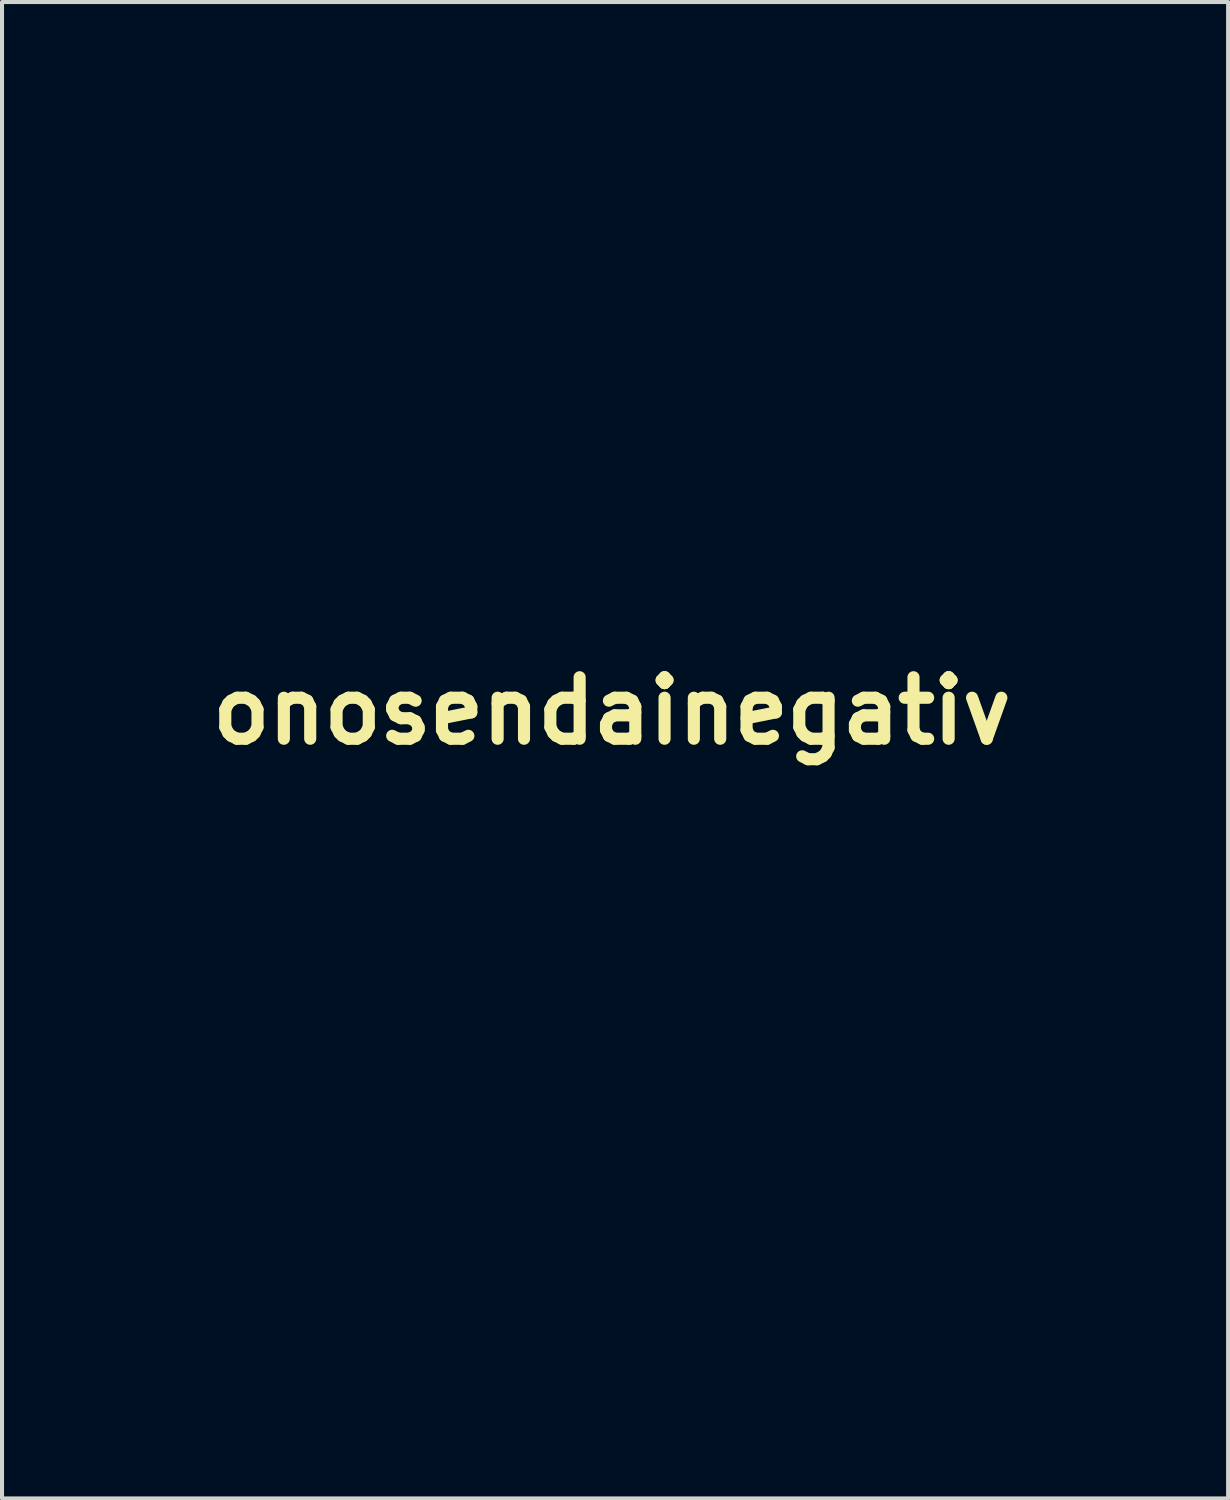
<source format=kicad_pcb>
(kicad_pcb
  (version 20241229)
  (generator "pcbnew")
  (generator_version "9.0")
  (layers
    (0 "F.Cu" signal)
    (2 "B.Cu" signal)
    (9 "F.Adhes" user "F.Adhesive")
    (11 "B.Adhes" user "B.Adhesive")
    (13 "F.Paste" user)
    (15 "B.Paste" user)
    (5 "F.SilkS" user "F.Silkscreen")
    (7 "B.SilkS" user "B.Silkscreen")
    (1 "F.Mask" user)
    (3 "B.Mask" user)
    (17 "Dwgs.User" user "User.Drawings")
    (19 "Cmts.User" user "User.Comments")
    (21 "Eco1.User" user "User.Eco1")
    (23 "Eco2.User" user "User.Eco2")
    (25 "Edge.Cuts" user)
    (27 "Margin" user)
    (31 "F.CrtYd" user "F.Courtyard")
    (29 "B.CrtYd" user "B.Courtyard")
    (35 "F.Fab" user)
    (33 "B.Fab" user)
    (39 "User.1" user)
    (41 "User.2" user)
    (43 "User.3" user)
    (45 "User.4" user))
  (footprint "onosendainegativ"
    (layer "F.Cu")
    (at 12.112 14.567)
    (property "Reference" "onosendainegativ" (at 0 0 0) (layer "F.SilkS") (effects (font (size 1.524 1.524) (thickness 0.3))))
    (attr through_hole)
    (fp_poly (pts (xy -2.556 15.336) (xy -2.411 15.376) (xy -2.371 15.452) (xy -2.412 15.528) (xy -2.559 15.568) (xy -2.836 15.579) (xy -3.117 15.567) (xy -3.262 15.527) (xy -3.302 15.452) (xy -3.26 15.375) (xy -3.113 15.336) (xy -2.836 15.325) (xy -2.556 15.336)) (stroke (width 0.01) (type solid)) (fill no) (layer "Eco2.User"))
    (fp_poly (pts (xy 11.829 13.469) (xy 11.873 13.506) (xy 11.903 13.596) (xy 11.922 13.761) (xy 11.933 14.026) (xy 11.937 14.412) (xy 11.938 14.942) (xy 11.938 14.986) (xy 11.937 15.528) (xy 11.933 15.923) (xy 11.923 16.195) (xy 11.905 16.367) (xy 11.875 16.461) (xy 11.832 16.501) (xy 11.774 16.51) (xy 11.769 16.51) (xy 11.708 16.503) (xy 11.665 16.466) (xy 11.634 16.376) (xy 11.615 16.211) (xy 11.605 15.946) (xy 11.6 15.56) (xy 11.599 15.03) (xy 11.599 14.986) (xy 11.6 14.444) (xy 11.604 14.049) (xy 11.614 13.777) (xy 11.633 13.605) (xy 11.662 13.511) (xy 11.705 13.471) (xy 11.764 13.462) (xy 11.769 13.462) (xy 11.829 13.469)) (stroke (width 0.01) (type solid)) (fill no) (layer "Eco2.User"))
    (fp_poly (pts (xy 1.74 13.465) (xy 2.025 13.478) (xy 2.193 13.503) (xy 2.271 13.544) (xy 2.286 13.589) (xy 2.257 13.65) (xy 2.152 13.688) (xy 1.942 13.708) (xy 1.598 13.716) (xy 1.482 13.716) (xy 0.677 13.716) (xy 0.677 14.817) (xy 1.439 14.817) (xy 1.811 14.822) (xy 2.043 14.84) (xy 2.163 14.876) (xy 2.201 14.934) (xy 2.201 14.944) (xy 2.172 15.006) (xy 2.063 15.044) (xy 1.847 15.064) (xy 1.495 15.071) (xy 1.439 15.071) (xy 0.677 15.071) (xy 0.677 16.256) (xy 1.482 16.256) (xy 1.865 16.261) (xy 2.108 16.277) (xy 2.238 16.31) (xy 2.284 16.365) (xy 2.286 16.383) (xy 2.26 16.439) (xy 2.164 16.476) (xy 1.973 16.498) (xy 1.659 16.508) (xy 1.312 16.51) (xy 0.339 16.51) (xy 0.339 13.462) (xy 1.312 13.462) (xy 1.74 13.465)) (stroke (width 0.01) (type solid)) (fill no) (layer "Eco2.User"))
    (fp_poly (pts (xy 6.668 13.462) (xy 7.219 13.475) (xy 7.628 13.515) (xy 7.917 13.591) (xy 8.112 13.71) (xy 8.238 13.879) (xy 8.262 13.931) (xy 8.327 14.19) (xy 8.366 14.561) (xy 8.38 14.987) (xy 8.366 15.414) (xy 8.326 15.785) (xy 8.291 15.945) (xy 8.199 16.163) (xy 8.047 16.319) (xy 7.81 16.423) (xy 7.465 16.483) (xy 6.986 16.508) (xy 6.734 16.51) (xy 5.842 16.51) (xy 5.842 13.716) (xy 6.181 13.716) (xy 6.181 16.256) (xy 6.904 16.256) (xy 7.265 16.251) (xy 7.501 16.231) (xy 7.657 16.185) (xy 7.777 16.104) (xy 7.836 16.048) (xy 7.929 15.943) (xy 7.989 15.828) (xy 8.023 15.665) (xy 8.039 15.415) (xy 8.043 15.042) (xy 8.043 14.948) (xy 8.036 14.468) (xy 8 14.133) (xy 7.912 13.915) (xy 7.75 13.791) (xy 7.489 13.733) (xy 7.109 13.717) (xy 6.943 13.716) (xy 6.181 13.716) (xy 5.842 13.716) (xy 5.842 13.462) (xy 6.668 13.462)) (stroke (width 0.01) (type solid)) (fill no) (layer "Eco2.User"))
    (fp_poly (pts (xy 3.02 13.478) (xy 3.133 13.492) (xy 3.23 13.527) (xy 3.329 13.602) (xy 3.445 13.738) (xy 3.595 13.954) (xy 3.795 14.27) (xy 4.063 14.706) (xy 4.142 14.836) (xy 4.953 16.168) (xy 4.976 14.815) (xy 4.986 14.308) (xy 4.998 13.947) (xy 5.014 13.706) (xy 5.04 13.562) (xy 5.077 13.489) (xy 5.13 13.464) (xy 5.167 13.462) (xy 5.226 13.47) (xy 5.27 13.508) (xy 5.3 13.6) (xy 5.318 13.768) (xy 5.329 14.036) (xy 5.333 14.426) (xy 5.334 14.962) (xy 5.334 16.51) (xy 5.056 16.51) (xy 4.956 16.504) (xy 4.866 16.473) (xy 4.771 16.399) (xy 4.655 16.261) (xy 4.502 16.042) (xy 4.297 15.721) (xy 4.024 15.28) (xy 3.934 15.134) (xy 3.09 13.758) (xy 3.067 15.134) (xy 3.057 15.646) (xy 3.046 16.012) (xy 3.03 16.257) (xy 3.005 16.405) (xy 2.969 16.48) (xy 2.917 16.507) (xy 2.877 16.51) (xy 2.817 16.502) (xy 2.774 16.464) (xy 2.744 16.373) (xy 2.725 16.205) (xy 2.715 15.937) (xy 2.71 15.548) (xy 2.709 15.013) (xy 2.709 14.981) (xy 2.709 13.452) (xy 3.02 13.478)) (stroke (width 0.01) (type solid)) (fill no) (layer "Eco2.User"))
    (fp_poly (pts (xy -8.748 13.478) (xy -8.636 13.492) (xy -8.538 13.527) (xy -8.44 13.602) (xy -8.324 13.738) (xy -8.174 13.954) (xy -7.973 14.27) (xy -7.706 14.706) (xy -7.626 14.836) (xy -6.816 16.168) (xy -6.792 14.815) (xy -6.783 14.308) (xy -6.771 13.947) (xy -6.754 13.706) (xy -6.729 13.562) (xy -6.692 13.489) (xy -6.639 13.464) (xy -6.602 13.462) (xy -6.542 13.47) (xy -6.499 13.508) (xy -6.469 13.6) (xy -6.45 13.768) (xy -6.44 14.036) (xy -6.436 14.426) (xy -6.435 14.962) (xy -6.435 14.986) (xy -6.435 16.51) (xy -6.712 16.51) (xy -6.813 16.504) (xy -6.902 16.473) (xy -6.998 16.399) (xy -7.114 16.261) (xy -7.267 16.042) (xy -7.472 15.721) (xy -7.745 15.28) (xy -7.834 15.134) (xy -8.678 13.758) (xy -8.702 15.134) (xy -8.711 15.646) (xy -8.723 16.012) (xy -8.739 16.257) (xy -8.764 16.405) (xy -8.8 16.48) (xy -8.851 16.507) (xy -8.892 16.51) (xy -8.951 16.502) (xy -8.995 16.464) (xy -9.025 16.373) (xy -9.044 16.205) (xy -9.054 15.937) (xy -9.058 15.548) (xy -9.059 15.013) (xy -9.059 14.981) (xy -9.059 13.452) (xy -8.748 13.478)) (stroke (width 0.01) (type solid)) (fill no) (layer "Eco2.User"))
    (fp_poly (pts (xy 9.94 13.479) (xy 10.03 13.495) (xy 10.107 13.538) (xy 10.183 13.628) (xy 10.27 13.789) (xy 10.38 14.041) (xy 10.524 14.408) (xy 10.715 14.911) (xy 10.723 14.933) (xy 10.895 15.395) (xy 11.045 15.804) (xy 11.162 16.131) (xy 11.237 16.351) (xy 11.261 16.436) (xy 11.19 16.497) (xy 11.095 16.51) (xy 10.962 16.453) (xy 10.858 16.265) (xy 10.827 16.171) (xy 10.726 15.833) (xy 9.151 15.833) (xy 9.049 16.171) (xy 8.958 16.4) (xy 8.846 16.498) (xy 8.762 16.51) (xy 8.701 16.503) (xy 8.667 16.467) (xy 8.665 16.381) (xy 8.7 16.225) (xy 8.778 15.978) (xy 8.904 15.619) (xy 8.944 15.51) (xy 9.313 15.51) (xy 9.391 15.543) (xy 9.597 15.567) (xy 9.889 15.578) (xy 9.948 15.579) (xy 10.252 15.574) (xy 10.476 15.563) (xy 10.581 15.546) (xy 10.583 15.543) (xy 10.556 15.453) (xy 10.484 15.239) (xy 10.377 14.933) (xy 10.274 14.645) (xy 10.117 14.234) (xy 9.999 13.981) (xy 9.921 13.889) (xy 9.898 13.902) (xy 9.837 14.038) (xy 9.742 14.279) (xy 9.629 14.58) (xy 9.513 14.898) (xy 9.411 15.188) (xy 9.339 15.408) (xy 9.313 15.51) (xy 8.944 15.51) (xy 9.082 15.128) (xy 9.135 14.982) (xy 9.329 14.455) (xy 9.475 14.065) (xy 9.586 13.794) (xy 9.671 13.62) (xy 9.742 13.522) (xy 9.811 13.481) (xy 9.887 13.475) (xy 9.94 13.479)) (stroke (width 0.01) (type solid)) (fill no) (layer "Eco2.User"))
    (fp_poly (pts (xy -10.356 13.495) (xy -10 13.559) (xy -9.735 13.656) (xy -9.652 13.716) (xy -9.535 13.926) (xy -9.453 14.267) (xy -9.41 14.705) (xy -9.41 15.204) (xy -9.424 15.417) (xy -9.477 15.845) (xy -9.557 16.132) (xy -9.677 16.306) (xy -9.798 16.38) (xy -10.009 16.427) (xy -10.329 16.459) (xy -10.698 16.473) (xy -11.057 16.47) (xy -11.344 16.445) (xy -11.426 16.429) (xy -11.649 16.348) (xy -11.8 16.218) (xy -11.897 16.004) (xy -11.959 15.673) (xy -11.985 15.436) (xy -12.01 14.986) (xy -11.642 14.986) (xy -11.639 15.426) (xy -11.628 15.727) (xy -11.605 15.922) (xy -11.565 16.041) (xy -11.503 16.116) (xy -11.477 16.136) (xy -11.285 16.208) (xy -10.985 16.248) (xy -10.638 16.257) (xy -10.303 16.235) (xy -10.04 16.182) (xy -9.943 16.136) (xy -9.871 16.063) (xy -9.821 15.95) (xy -9.788 15.762) (xy -9.766 15.47) (xy -9.751 15.042) (xy -9.741 14.618) (xy -9.743 14.328) (xy -9.763 14.138) (xy -9.804 14.015) (xy -9.87 13.922) (xy -9.899 13.892) (xy -10.024 13.797) (xy -10.191 13.743) (xy -10.447 13.72) (xy -10.694 13.716) (xy -11.058 13.722) (xy -11.314 13.756) (xy -11.482 13.843) (xy -11.579 14.01) (xy -11.626 14.28) (xy -11.641 14.679) (xy -11.642 14.986) (xy -12.01 14.986) (xy -12.02 14.812) (xy -11.989 14.331) (xy -11.886 13.975) (xy -11.702 13.728) (xy -11.43 13.572) (xy -11.135 13.5) (xy -10.751 13.473) (xy -10.356 13.495)) (stroke (width 0.01) (type solid)) (fill no) (layer "Eco2.User"))
    (fp_poly (pts (xy -4.345 13.495) (xy -3.989 13.559) (xy -3.724 13.656) (xy -3.641 13.716) (xy -3.524 13.926) (xy -3.442 14.267) (xy -3.398 14.705) (xy -3.399 15.204) (xy -3.412 15.417) (xy -3.465 15.845) (xy -3.546 16.132) (xy -3.665 16.306) (xy -3.786 16.38) (xy -3.998 16.427) (xy -4.318 16.459) (xy -4.687 16.473) (xy -5.045 16.47) (xy -5.333 16.445) (xy -5.415 16.429) (xy -5.638 16.348) (xy -5.788 16.218) (xy -5.885 16.004) (xy -5.948 15.673) (xy -5.973 15.436) (xy -5.999 14.986) (xy -5.63 14.986) (xy -5.628 15.426) (xy -5.617 15.727) (xy -5.594 15.922) (xy -5.553 16.041) (xy -5.492 16.116) (xy -5.466 16.136) (xy -5.273 16.208) (xy -4.974 16.248) (xy -4.627 16.257) (xy -4.292 16.235) (xy -4.029 16.182) (xy -3.932 16.136) (xy -3.859 16.063) (xy -3.809 15.95) (xy -3.777 15.762) (xy -3.755 15.47) (xy -3.739 15.042) (xy -3.73 14.618) (xy -3.732 14.328) (xy -3.752 14.138) (xy -3.792 14.015) (xy -3.859 13.922) (xy -3.888 13.892) (xy -4.012 13.797) (xy -4.179 13.743) (xy -4.436 13.72) (xy -4.683 13.716) (xy -5.047 13.722) (xy -5.303 13.756) (xy -5.47 13.843) (xy -5.568 14.01) (xy -5.615 14.28) (xy -5.629 14.679) (xy -5.63 14.986) (xy -5.999 14.986) (xy -6.008 14.812) (xy -5.978 14.331) (xy -5.875 13.975) (xy -5.691 13.728) (xy -5.419 13.572) (xy -5.123 13.5) (xy -4.74 13.473) (xy -4.345 13.495)) (stroke (width 0.01) (type solid)) (fill no) (layer "Eco2.User"))
    (fp_poly (pts (xy -0.709 13.495) (xy -0.383 13.575) (xy -0.161 13.71) (xy -0.148 13.725) (xy -0.028 13.938) (xy -0.001 14.137) (xy -0.066 14.274) (xy -0.169 14.309) (xy -0.312 14.248) (xy -0.339 14.145) (xy -0.405 13.919) (xy -0.61 13.778) (xy -0.957 13.719) (xy -1.07 13.716) (xy -1.446 13.734) (xy -1.684 13.801) (xy -1.812 13.937) (xy -1.86 14.162) (xy -1.863 14.265) (xy -1.853 14.5) (xy -1.798 14.624) (xy -1.657 14.695) (xy -1.545 14.728) (xy -1.248 14.785) (xy -0.914 14.816) (xy -0.847 14.817) (xy -0.559 14.842) (xy -0.309 14.903) (xy -0.254 14.926) (xy -0.058 15.113) (xy 0.05 15.407) (xy 0.06 15.763) (xy 0.012 15.996) (xy -0.082 16.228) (xy -0.22 16.354) (xy -0.405 16.422) (xy -0.724 16.476) (xy -1.119 16.498) (xy -1.502 16.484) (xy -1.736 16.449) (xy -2.017 16.305) (xy -2.174 16.054) (xy -2.201 15.862) (xy -2.18 15.663) (xy -2.1 15.586) (xy -2.032 15.579) (xy -1.905 15.622) (xy -1.863 15.78) (xy -1.863 15.816) (xy -1.828 16.027) (xy -1.761 16.154) (xy -1.605 16.22) (xy -1.342 16.254) (xy -1.028 16.257) (xy -0.723 16.231) (xy -0.484 16.177) (xy -0.387 16.123) (xy -0.297 15.947) (xy -0.258 15.699) (xy -0.273 15.45) (xy -0.343 15.275) (xy -0.36 15.259) (xy -0.49 15.21) (xy -0.741 15.16) (xy -1.062 15.117) (xy -1.137 15.11) (xy -1.508 15.066) (xy -1.755 15.008) (xy -1.923 14.922) (xy -2.005 14.851) (xy -2.151 14.605) (xy -2.209 14.292) (xy -2.176 13.979) (xy -2.05 13.734) (xy -2.038 13.722) (xy -1.805 13.583) (xy -1.471 13.499) (xy -1.089 13.47) (xy -0.709 13.495)) (stroke (width 0.01) (type solid)) (fill no) (layer "Eco2.User"))
    (fp_poly (pts (xy 0.548 -14.557) (xy 0.934 -14.547) (xy 1.233 -14.531) (xy 1.407 -14.512) (xy 1.418 -14.509) (xy 1.609 -14.458) (xy 1.609 -4.308) (xy 1.609 -3.012) (xy 1.611 -1.764) (xy 1.613 -0.575) (xy 1.616 0.546) (xy 1.621 1.588) (xy 1.625 2.54) (xy 1.631 3.393) (xy 1.637 4.136) (xy 1.644 4.758) (xy 1.651 5.249) (xy 1.658 5.599) (xy 1.666 5.798) (xy 1.672 5.842) (xy 1.788 5.82) (xy 1.996 5.768) (xy 2.053 5.753) (xy 2.371 5.665) (xy 2.371 -14.371) (xy 2.829 -14.265) (xy 3.454 -14.097) (xy 4.127 -13.879) (xy 4.754 -13.643) (xy 4.932 -13.568) (xy 5.419 -13.354) (xy 5.419 4.101) (xy 5.975 3.554) (xy 6.739 2.687) (xy 7.362 1.742) (xy 7.844 0.732) (xy 8.183 -0.325) (xy 8.38 -1.414) (xy 8.432 -2.519) (xy 8.339 -3.624) (xy 8.101 -4.713) (xy 7.717 -5.77) (xy 7.185 -6.78) (xy 6.554 -7.668) (xy 6.178 -8.129) (xy 6.201 -10.545) (xy 6.223 -12.96) (xy 6.943 -12.474) (xy 7.367 -12.155) (xy 7.858 -11.737) (xy 8.381 -11.253) (xy 8.904 -10.735) (xy 9.392 -10.218) (xy 9.812 -9.733) (xy 10.13 -9.315) (xy 10.138 -9.304) (xy 10.87 -8.084) (xy 11.449 -6.805) (xy 11.874 -5.481) (xy 12.147 -4.127) (xy 12.266 -2.754) (xy 12.232 -1.378) (xy 12.045 -0.012) (xy 11.705 1.33) (xy 11.212 2.636) (xy 10.565 3.89) (xy 10.138 4.562) (xy 9.841 4.954) (xy 9.444 5.416) (xy 8.978 5.915) (xy 8.477 6.42) (xy 7.973 6.896) (xy 7.501 7.31) (xy 7.092 7.631) (xy 7.018 7.683) (xy 5.801 8.412) (xy 4.514 8.995) (xy 3.173 9.425) (xy 1.796 9.698) (xy 0.4 9.808) (xy 0.055 9.81) (xy -0.378 9.803) (xy -0.764 9.792) (xy -1.063 9.778) (xy -1.237 9.764) (xy -1.249 9.762) (xy -1.439 9.725) (xy -1.439 -0.429) (xy -1.44 -1.725) (xy -1.441 -2.974) (xy -1.444 -4.163) (xy -1.447 -5.285) (xy -1.451 -6.327) (xy -1.456 -7.279) (xy -1.462 -8.132) (xy -1.468 -8.875) (xy -1.474 -9.498) (xy -1.481 -9.99) (xy -1.489 -10.34) (xy -1.497 -10.539) (xy -1.503 -10.583) (xy -1.619 -10.562) (xy -1.827 -10.51) (xy -1.884 -10.494) (xy -2.201 -10.406) (xy -2.201 9.63) (xy -2.66 9.523) (xy -3.285 9.355) (xy -3.958 9.138) (xy -4.585 8.902) (xy -4.763 8.827) (xy -5.249 8.613) (xy -5.249 -8.843) (xy -5.806 -8.295) (xy -6.554 -7.441) (xy -7.186 -6.475) (xy -7.688 -5.418) (xy -8.051 -4.289) (xy -8.058 -4.259) (xy -8.182 -3.56) (xy -8.244 -2.769) (xy -8.244 -1.947) (xy -8.18 -1.16) (xy -8.061 -0.492) (xy -7.691 0.68) (xy -7.181 1.758) (xy -6.53 2.742) (xy -6.384 2.926) (xy -6.009 3.387) (xy -6.054 8.202) (xy -6.773 7.726) (xy -7.2 7.411) (xy -7.694 6.993) (xy -8.22 6.507) (xy -8.746 5.986) (xy -9.237 5.463) (xy -9.66 4.972) (xy -9.969 4.562) (xy -10.7 3.341) (xy -11.284 2.044) (xy -11.717 0.689) (xy -11.992 -0.707) (xy -12.105 -2.125) (xy -12.107 -2.371) (xy -12.024 -3.791) (xy -11.776 -5.191) (xy -11.37 -6.555) (xy -10.811 -7.863) (xy -10.105 -9.099) (xy -9.969 -9.304) (xy -9.672 -9.695) (xy -9.274 -10.157) (xy -8.808 -10.657) (xy -8.307 -11.161) (xy -7.804 -11.637) (xy -7.331 -12.052) (xy -6.923 -12.372) (xy -6.848 -12.424) (xy -5.623 -13.158) (xy -4.323 -13.743) (xy -2.965 -14.175) (xy -1.564 -14.449) (xy -0.136 -14.559) (xy 0.114 -14.562) (xy 0.548 -14.557)) (stroke (width 0.01) (type solid)) (fill no) (layer "Eco2.User")))
  (gr_rect
    (start -3 -3)
    (end 27.383 34.082)
    (stroke (width 0.1) (type default))
    (fill no)
    (layer "Edge.Cuts")))
</source>
